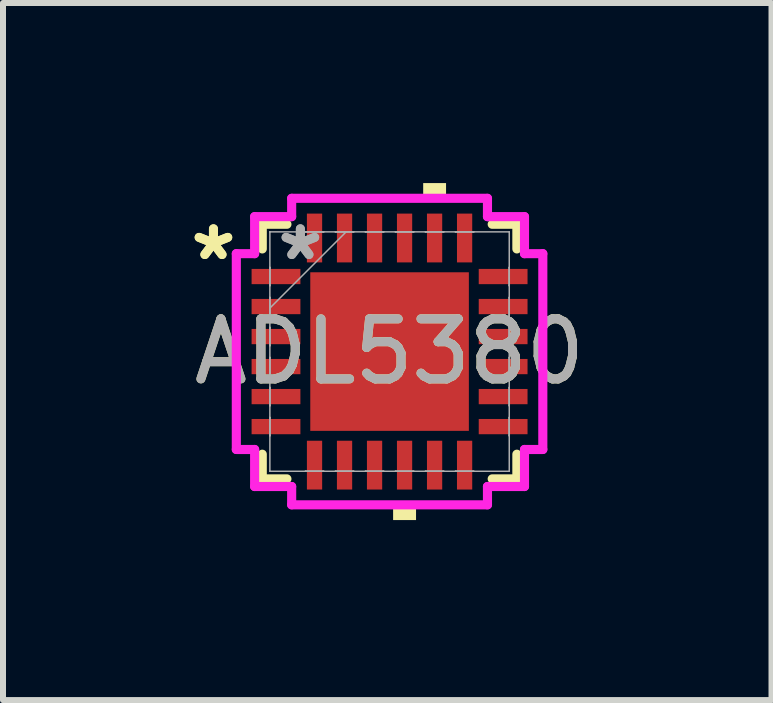
<source format=kicad_pcb>
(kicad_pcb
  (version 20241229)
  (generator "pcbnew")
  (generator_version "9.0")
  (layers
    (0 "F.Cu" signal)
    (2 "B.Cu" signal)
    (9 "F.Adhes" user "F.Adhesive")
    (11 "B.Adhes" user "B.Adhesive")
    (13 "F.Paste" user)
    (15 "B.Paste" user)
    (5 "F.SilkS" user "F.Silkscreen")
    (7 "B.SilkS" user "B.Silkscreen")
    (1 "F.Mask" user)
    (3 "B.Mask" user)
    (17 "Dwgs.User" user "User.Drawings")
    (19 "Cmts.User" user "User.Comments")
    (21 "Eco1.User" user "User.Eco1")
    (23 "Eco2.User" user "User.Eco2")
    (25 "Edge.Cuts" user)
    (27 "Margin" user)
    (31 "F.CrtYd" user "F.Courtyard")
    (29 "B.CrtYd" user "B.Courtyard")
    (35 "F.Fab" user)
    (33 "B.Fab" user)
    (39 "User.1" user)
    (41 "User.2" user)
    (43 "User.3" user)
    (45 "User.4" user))
  (footprint "ADL5380"
    (layer "F.Cu")
    (at 3.44 2.807)
    (property "Reference" "ADL5380" (at 0 0 0) (unlocked yes) (layer "F.SilkS") (effects (font (size 1 1) (thickness 0.15))))
    (attr smd)
    (fp_line (start -2.121 -2.121) (end -2.121 -1.71) (stroke (width 0.152) (type solid)) (layer "F.SilkS"))
    (fp_line (start -2.121 1.71) (end -2.121 2.121) (stroke (width 0.152) (type solid)) (layer "F.SilkS"))
    (fp_line (start -2.121 2.121) (end -1.71 2.121) (stroke (width 0.152) (type solid)) (layer "F.SilkS"))
    (fp_line (start -1.71 -2.121) (end -2.121 -2.121) (stroke (width 0.152) (type solid)) (layer "F.SilkS"))
    (fp_line (start 1.71 2.121) (end 2.121 2.121) (stroke (width 0.152) (type solid)) (layer "F.SilkS"))
    (fp_line (start 2.121 -2.121) (end 1.71 -2.121) (stroke (width 0.152) (type solid)) (layer "F.SilkS"))
    (fp_line (start 2.121 -1.71) (end 2.121 -2.121) (stroke (width 0.152) (type solid)) (layer "F.SilkS"))
    (fp_line (start 2.121 2.121) (end 2.121 1.71) (stroke (width 0.152) (type solid)) (layer "F.SilkS"))
    (fp_poly (pts (xy 0.059 2.553) (xy 0.059 2.807) (xy 0.441 2.807) (xy 0.441 2.553)) (stroke (width 0) (type solid)) (fill yes) (layer "F.SilkS"))
    (fp_poly (pts (xy 0.56 -2.553) (xy 0.56 -2.807) (xy 0.941 -2.807) (xy 0.941 -2.553)) (stroke (width 0) (type solid)) (fill yes) (layer "F.SilkS"))
    (fp_poly (pts (xy -1.221 -1.221) (xy -1.221 -0.1) (xy -0.1 -0.1) (xy -0.1 -1.221)) (stroke (width 0) (type solid)) (fill yes) (layer "F.Paste"))
    (fp_poly (pts (xy -1.221 0.1) (xy -1.221 1.221) (xy -0.1 1.221) (xy -0.1 0.1)) (stroke (width 0) (type solid)) (fill yes) (layer "F.Paste"))
    (fp_poly (pts (xy 0.1 -1.221) (xy 0.1 -0.1) (xy 1.221 -0.1) (xy 1.221 -1.221)) (stroke (width 0) (type solid)) (fill yes) (layer "F.Paste"))
    (fp_poly (pts (xy 0.1 0.1) (xy 0.1 1.221) (xy 1.221 1.221) (xy 1.221 0.1)) (stroke (width 0) (type solid)) (fill yes) (layer "F.Paste"))
    (fp_line (start -2.553 -1.631) (end -2.248 -1.631) (stroke (width 0.152) (type solid)) (layer "F.CrtYd"))
    (fp_line (start -2.553 1.631) (end -2.553 -1.631) (stroke (width 0.152) (type solid)) (layer "F.CrtYd"))
    (fp_line (start -2.248 -2.248) (end -1.631 -2.248) (stroke (width 0.152) (type solid)) (layer "F.CrtYd"))
    (fp_line (start -2.248 -1.631) (end -2.248 -2.248) (stroke (width 0.152) (type solid)) (layer "F.CrtYd"))
    (fp_line (start -2.248 1.631) (end -2.553 1.631) (stroke (width 0.152) (type solid)) (layer "F.CrtYd"))
    (fp_line (start -2.248 2.248) (end -2.248 1.631) (stroke (width 0.152) (type solid)) (layer "F.CrtYd"))
    (fp_line (start -1.631 -2.553) (end 1.631 -2.553) (stroke (width 0.152) (type solid)) (layer "F.CrtYd"))
    (fp_line (start -1.631 -2.248) (end -1.631 -2.553) (stroke (width 0.152) (type solid)) (layer "F.CrtYd"))
    (fp_line (start -1.631 2.248) (end -2.248 2.248) (stroke (width 0.152) (type solid)) (layer "F.CrtYd"))
    (fp_line (start -1.631 2.553) (end -1.631 2.248) (stroke (width 0.152) (type solid)) (layer "F.CrtYd"))
    (fp_line (start 1.631 -2.553) (end 1.631 -2.248) (stroke (width 0.152) (type solid)) (layer "F.CrtYd"))
    (fp_line (start 1.631 -2.248) (end 2.248 -2.248) (stroke (width 0.152) (type solid)) (layer "F.CrtYd"))
    (fp_line (start 1.631 2.248) (end 1.631 2.553) (stroke (width 0.152) (type solid)) (layer "F.CrtYd"))
    (fp_line (start 1.631 2.553) (end -1.631 2.553) (stroke (width 0.152) (type solid)) (layer "F.CrtYd"))
    (fp_line (start 2.248 -2.248) (end 2.248 -1.631) (stroke (width 0.152) (type solid)) (layer "F.CrtYd"))
    (fp_line (start 2.248 -1.631) (end 2.553 -1.631) (stroke (width 0.152) (type solid)) (layer "F.CrtYd"))
    (fp_line (start 2.248 1.631) (end 2.248 2.248) (stroke (width 0.152) (type solid)) (layer "F.CrtYd"))
    (fp_line (start 2.248 2.248) (end 1.631 2.248) (stroke (width 0.152) (type solid)) (layer "F.CrtYd"))
    (fp_line (start 2.553 -1.631) (end 2.553 1.631) (stroke (width 0.152) (type solid)) (layer "F.CrtYd"))
    (fp_line (start 2.553 1.631) (end 2.248 1.631) (stroke (width 0.152) (type solid)) (layer "F.CrtYd"))
    (fp_line (start -1.994 -1.994) (end -1.994 -1.994) (stroke (width 0.025) (type solid)) (layer "F.Fab"))
    (fp_line (start -1.994 -1.994) (end -1.994 1.994) (stroke (width 0.025) (type solid)) (layer "F.Fab"))
    (fp_line (start -1.994 -1.402) (end -1.994 -1.402) (stroke (width 0.025) (type solid)) (layer "F.Fab"))
    (fp_line (start -1.994 -1.402) (end -1.994 -1.098) (stroke (width 0.025) (type solid)) (layer "F.Fab"))
    (fp_line (start -1.994 -1.098) (end -1.994 -1.402) (stroke (width 0.025) (type solid)) (layer "F.Fab"))
    (fp_line (start -1.994 -1.098) (end -1.994 -1.098) (stroke (width 0.025) (type solid)) (layer "F.Fab"))
    (fp_line (start -1.994 -0.902) (end -1.994 -0.902) (stroke (width 0.025) (type solid)) (layer "F.Fab"))
    (fp_line (start -1.994 -0.902) (end -1.994 -0.598) (stroke (width 0.025) (type solid)) (layer "F.Fab"))
    (fp_line (start -1.994 -0.724) (end -0.724 -1.994) (stroke (width 0.025) (type solid)) (layer "F.Fab"))
    (fp_line (start -1.994 -0.598) (end -1.994 -0.902) (stroke (width 0.025) (type solid)) (layer "F.Fab"))
    (fp_line (start -1.994 -0.598) (end -1.994 -0.598) (stroke (width 0.025) (type solid)) (layer "F.Fab"))
    (fp_line (start -1.994 -0.402) (end -1.994 -0.402) (stroke (width 0.025) (type solid)) (layer "F.Fab"))
    (fp_line (start -1.994 -0.402) (end -1.994 -0.098) (stroke (width 0.025) (type solid)) (layer "F.Fab"))
    (fp_line (start -1.994 -0.098) (end -1.994 -0.402) (stroke (width 0.025) (type solid)) (layer "F.Fab"))
    (fp_line (start -1.994 -0.098) (end -1.994 -0.098) (stroke (width 0.025) (type solid)) (layer "F.Fab"))
    (fp_line (start -1.994 0.098) (end -1.994 0.098) (stroke (width 0.025) (type solid)) (layer "F.Fab"))
    (fp_line (start -1.994 0.098) (end -1.994 0.402) (stroke (width 0.025) (type solid)) (layer "F.Fab"))
    (fp_line (start -1.994 0.402) (end -1.994 0.098) (stroke (width 0.025) (type solid)) (layer "F.Fab"))
    (fp_line (start -1.994 0.402) (end -1.994 0.402) (stroke (width 0.025) (type solid)) (layer "F.Fab"))
    (fp_line (start -1.994 0.598) (end -1.994 0.598) (stroke (width 0.025) (type solid)) (layer "F.Fab"))
    (fp_line (start -1.994 0.598) (end -1.994 0.902) (stroke (width 0.025) (type solid)) (layer "F.Fab"))
    (fp_line (start -1.994 0.902) (end -1.994 0.598) (stroke (width 0.025) (type solid)) (layer "F.Fab"))
    (fp_line (start -1.994 0.902) (end -1.994 0.902) (stroke (width 0.025) (type solid)) (layer "F.Fab"))
    (fp_line (start -1.994 1.098) (end -1.994 1.098) (stroke (width 0.025) (type solid)) (layer "F.Fab"))
    (fp_line (start -1.994 1.098) (end -1.994 1.402) (stroke (width 0.025) (type solid)) (layer "F.Fab"))
    (fp_line (start -1.994 1.402) (end -1.994 1.098) (stroke (width 0.025) (type solid)) (layer "F.Fab"))
    (fp_line (start -1.994 1.402) (end -1.994 1.402) (stroke (width 0.025) (type solid)) (layer "F.Fab"))
    (fp_line (start -1.994 1.994) (end -1.994 1.994) (stroke (width 0.025) (type solid)) (layer "F.Fab"))
    (fp_line (start -1.994 1.994) (end 1.994 1.994) (stroke (width 0.025) (type solid)) (layer "F.Fab"))
    (fp_line (start -1.402 -1.994) (end -1.402 -1.994) (stroke (width 0.025) (type solid)) (layer "F.Fab"))
    (fp_line (start -1.402 -1.994) (end -1.098 -1.994) (stroke (width 0.025) (type solid)) (layer "F.Fab"))
    (fp_line (start -1.402 1.994) (end -1.402 1.994) (stroke (width 0.025) (type solid)) (layer "F.Fab"))
    (fp_line (start -1.402 1.994) (end -1.098 1.994) (stroke (width 0.025) (type solid)) (layer "F.Fab"))
    (fp_line (start -1.098 -1.994) (end -1.402 -1.994) (stroke (width 0.025) (type solid)) (layer "F.Fab"))
    (fp_line (start -1.098 -1.994) (end -1.098 -1.994) (stroke (width 0.025) (type solid)) (layer "F.Fab"))
    (fp_line (start -1.098 1.994) (end -1.402 1.994) (stroke (width 0.025) (type solid)) (layer "F.Fab"))
    (fp_line (start -1.098 1.994) (end -1.098 1.994) (stroke (width 0.025) (type solid)) (layer "F.Fab"))
    (fp_line (start -0.902 -1.994) (end -0.902 -1.994) (stroke (width 0.025) (type solid)) (layer "F.Fab"))
    (fp_line (start -0.902 -1.994) (end -0.598 -1.994) (stroke (width 0.025) (type solid)) (layer "F.Fab"))
    (fp_line (start -0.902 1.994) (end -0.902 1.994) (stroke (width 0.025) (type solid)) (layer "F.Fab"))
    (fp_line (start -0.902 1.994) (end -0.598 1.994) (stroke (width 0.025) (type solid)) (layer "F.Fab"))
    (fp_line (start -0.598 -1.994) (end -0.902 -1.994) (stroke (width 0.025) (type solid)) (layer "F.Fab"))
    (fp_line (start -0.598 -1.994) (end -0.598 -1.994) (stroke (width 0.025) (type solid)) (layer "F.Fab"))
    (fp_line (start -0.598 1.994) (end -0.902 1.994) (stroke (width 0.025) (type solid)) (layer "F.Fab"))
    (fp_line (start -0.598 1.994) (end -0.598 1.994) (stroke (width 0.025) (type solid)) (layer "F.Fab"))
    (fp_line (start -0.402 -1.994) (end -0.402 -1.994) (stroke (width 0.025) (type solid)) (layer "F.Fab"))
    (fp_line (start -0.402 -1.994) (end -0.098 -1.994) (stroke (width 0.025) (type solid)) (layer "F.Fab"))
    (fp_line (start -0.402 1.994) (end -0.402 1.994) (stroke (width 0.025) (type solid)) (layer "F.Fab"))
    (fp_line (start -0.402 1.994) (end -0.098 1.994) (stroke (width 0.025) (type solid)) (layer "F.Fab"))
    (fp_line (start -0.098 -1.994) (end -0.402 -1.994) (stroke (width 0.025) (type solid)) (layer "F.Fab"))
    (fp_line (start -0.098 -1.994) (end -0.098 -1.994) (stroke (width 0.025) (type solid)) (layer "F.Fab"))
    (fp_line (start -0.098 1.994) (end -0.402 1.994) (stroke (width 0.025) (type solid)) (layer "F.Fab"))
    (fp_line (start -0.098 1.994) (end -0.098 1.994) (stroke (width 0.025) (type solid)) (layer "F.Fab"))
    (fp_line (start 0.098 -1.994) (end 0.098 -1.994) (stroke (width 0.025) (type solid)) (layer "F.Fab"))
    (fp_line (start 0.098 -1.994) (end 0.402 -1.994) (stroke (width 0.025) (type solid)) (layer "F.Fab"))
    (fp_line (start 0.098 1.994) (end 0.098 1.994) (stroke (width 0.025) (type solid)) (layer "F.Fab"))
    (fp_line (start 0.098 1.994) (end 0.402 1.994) (stroke (width 0.025) (type solid)) (layer "F.Fab"))
    (fp_line (start 0.402 -1.994) (end 0.098 -1.994) (stroke (width 0.025) (type solid)) (layer "F.Fab"))
    (fp_line (start 0.402 -1.994) (end 0.402 -1.994) (stroke (width 0.025) (type solid)) (layer "F.Fab"))
    (fp_line (start 0.402 1.994) (end 0.098 1.994) (stroke (width 0.025) (type solid)) (layer "F.Fab"))
    (fp_line (start 0.402 1.994) (end 0.402 1.994) (stroke (width 0.025) (type solid)) (layer "F.Fab"))
    (fp_line (start 0.598 -1.994) (end 0.598 -1.994) (stroke (width 0.025) (type solid)) (layer "F.Fab"))
    (fp_line (start 0.598 -1.994) (end 0.902 -1.994) (stroke (width 0.025) (type solid)) (layer "F.Fab"))
    (fp_line (start 0.598 1.994) (end 0.598 1.994) (stroke (width 0.025) (type solid)) (layer "F.Fab"))
    (fp_line (start 0.598 1.994) (end 0.902 1.994) (stroke (width 0.025) (type solid)) (layer "F.Fab"))
    (fp_line (start 0.902 -1.994) (end 0.598 -1.994) (stroke (width 0.025) (type solid)) (layer "F.Fab"))
    (fp_line (start 0.902 -1.994) (end 0.902 -1.994) (stroke (width 0.025) (type solid)) (layer "F.Fab"))
    (fp_line (start 0.902 1.994) (end 0.598 1.994) (stroke (width 0.025) (type solid)) (layer "F.Fab"))
    (fp_line (start 0.902 1.994) (end 0.902 1.994) (stroke (width 0.025) (type solid)) (layer "F.Fab"))
    (fp_line (start 1.098 -1.994) (end 1.098 -1.994) (stroke (width 0.025) (type solid)) (layer "F.Fab"))
    (fp_line (start 1.098 -1.994) (end 1.402 -1.994) (stroke (width 0.025) (type solid)) (layer "F.Fab"))
    (fp_line (start 1.098 1.994) (end 1.098 1.994) (stroke (width 0.025) (type solid)) (layer "F.Fab"))
    (fp_line (start 1.098 1.994) (end 1.402 1.994) (stroke (width 0.025) (type solid)) (layer "F.Fab"))
    (fp_line (start 1.402 -1.994) (end 1.098 -1.994) (stroke (width 0.025) (type solid)) (layer "F.Fab"))
    (fp_line (start 1.402 -1.994) (end 1.402 -1.994) (stroke (width 0.025) (type solid)) (layer "F.Fab"))
    (fp_line (start 1.402 1.994) (end 1.098 1.994) (stroke (width 0.025) (type solid)) (layer "F.Fab"))
    (fp_line (start 1.402 1.994) (end 1.402 1.994) (stroke (width 0.025) (type solid)) (layer "F.Fab"))
    (fp_line (start 1.994 -1.994) (end -1.994 -1.994) (stroke (width 0.025) (type solid)) (layer "F.Fab"))
    (fp_line (start 1.994 -1.994) (end 1.994 -1.994) (stroke (width 0.025) (type solid)) (layer "F.Fab"))
    (fp_line (start 1.994 -1.402) (end 1.994 -1.402) (stroke (width 0.025) (type solid)) (layer "F.Fab"))
    (fp_line (start 1.994 -1.402) (end 1.994 -1.098) (stroke (width 0.025) (type solid)) (layer "F.Fab"))
    (fp_line (start 1.994 -1.098) (end 1.994 -1.402) (stroke (width 0.025) (type solid)) (layer "F.Fab"))
    (fp_line (start 1.994 -1.098) (end 1.994 -1.098) (stroke (width 0.025) (type solid)) (layer "F.Fab"))
    (fp_line (start 1.994 -0.902) (end 1.994 -0.902) (stroke (width 0.025) (type solid)) (layer "F.Fab"))
    (fp_line (start 1.994 -0.902) (end 1.994 -0.598) (stroke (width 0.025) (type solid)) (layer "F.Fab"))
    (fp_line (start 1.994 -0.598) (end 1.994 -0.902) (stroke (width 0.025) (type solid)) (layer "F.Fab"))
    (fp_line (start 1.994 -0.598) (end 1.994 -0.598) (stroke (width 0.025) (type solid)) (layer "F.Fab"))
    (fp_line (start 1.994 -0.402) (end 1.994 -0.402) (stroke (width 0.025) (type solid)) (layer "F.Fab"))
    (fp_line (start 1.994 -0.402) (end 1.994 -0.098) (stroke (width 0.025) (type solid)) (layer "F.Fab"))
    (fp_line (start 1.994 -0.098) (end 1.994 -0.402) (stroke (width 0.025) (type solid)) (layer "F.Fab"))
    (fp_line (start 1.994 -0.098) (end 1.994 -0.098) (stroke (width 0.025) (type solid)) (layer "F.Fab"))
    (fp_line (start 1.994 0.098) (end 1.994 0.098) (stroke (width 0.025) (type solid)) (layer "F.Fab"))
    (fp_line (start 1.994 0.098) (end 1.994 0.402) (stroke (width 0.025) (type solid)) (layer "F.Fab"))
    (fp_line (start 1.994 0.402) (end 1.994 0.098) (stroke (width 0.025) (type solid)) (layer "F.Fab"))
    (fp_line (start 1.994 0.402) (end 1.994 0.402) (stroke (width 0.025) (type solid)) (layer "F.Fab"))
    (fp_line (start 1.994 0.598) (end 1.994 0.598) (stroke (width 0.025) (type solid)) (layer "F.Fab"))
    (fp_line (start 1.994 0.598) (end 1.994 0.902) (stroke (width 0.025) (type solid)) (layer "F.Fab"))
    (fp_line (start 1.994 0.902) (end 1.994 0.598) (stroke (width 0.025) (type solid)) (layer "F.Fab"))
    (fp_line (start 1.994 0.902) (end 1.994 0.902) (stroke (width 0.025) (type solid)) (layer "F.Fab"))
    (fp_line (start 1.994 1.098) (end 1.994 1.098) (stroke (width 0.025) (type solid)) (layer "F.Fab"))
    (fp_line (start 1.994 1.098) (end 1.994 1.402) (stroke (width 0.025) (type solid)) (layer "F.Fab"))
    (fp_line (start 1.994 1.402) (end 1.994 1.098) (stroke (width 0.025) (type solid)) (layer "F.Fab"))
    (fp_line (start 1.994 1.402) (end 1.994 1.402) (stroke (width 0.025) (type solid)) (layer "F.Fab"))
    (fp_line (start 1.994 1.994) (end 1.994 -1.994) (stroke (width 0.025) (type solid)) (layer "F.Fab"))
    (fp_line (start 1.994 1.994) (end 1.994 1.994) (stroke (width 0.025) (type solid)) (layer "F.Fab"))
    (fp_text user "*" (at -2.934 -1.5 0) (unlocked yes) (layer "F.SilkS") (effects (font (size 1 1) (thickness 0.15))))
    (fp_text user "*" (at -2.934 -1.5 0) (layer "F.SilkS") (effects (font (size 1 1) (thickness 0.15))))
    (fp_text user "*" (at -1.486 -1.5 0) (unlocked yes) (layer "F.Fab") (effects (font (size 1 1) (thickness 0.15))))
    (fp_text user "${REFERENCE}" (at 0 0 0) (unlocked yes) (layer "F.Fab") (effects (font (size 1 1) (thickness 0.15))))
    (fp_text user "*" (at -1.486 -1.5 0) (layer "F.Fab") (effects (font (size 1 1) (thickness 0.15))))
    (pad "1" smd rect (at -1.892 -1.25 90) (size 0.254 0.813) (layers "F.Cu" "F.Mask" "F.Paste"))
    (pad "2" smd rect (at -1.892 -0.75 90) (size 0.254 0.813) (layers "F.Cu" "F.Mask" "F.Paste"))
    (pad "3" smd rect (at -1.892 -0.25 90) (size 0.254 0.813) (layers "F.Cu" "F.Mask" "F.Paste"))
    (pad "4" smd rect (at -1.892 0.25 90) (size 0.254 0.813) (layers "F.Cu" "F.Mask" "F.Paste"))
    (pad "5" smd rect (at -1.892 0.75 90) (size 0.254 0.813) (layers "F.Cu" "F.Mask" "F.Paste"))
    (pad "6" smd rect (at -1.892 1.25 90) (size 0.254 0.813) (layers "F.Cu" "F.Mask" "F.Paste"))
    (pad "7" smd rect (at -1.25 1.892) (size 0.254 0.813) (layers "F.Cu" "F.Mask" "F.Paste"))
    (pad "8" smd rect (at -0.75 1.892) (size 0.254 0.813) (layers "F.Cu" "F.Mask" "F.Paste"))
    (pad "9" smd rect (at -0.25 1.892) (size 0.254 0.813) (layers "F.Cu" "F.Mask" "F.Paste"))
    (pad "10" smd rect (at 0.25 1.892) (size 0.254 0.813) (layers "F.Cu" "F.Mask" "F.Paste"))
    (pad "11" smd rect (at 0.75 1.892) (size 0.254 0.813) (layers "F.Cu" "F.Mask" "F.Paste"))
    (pad "12" smd rect (at 1.25 1.892) (size 0.254 0.813) (layers "F.Cu" "F.Mask" "F.Paste"))
    (pad "13" smd rect (at 1.892 1.25 90) (size 0.254 0.813) (layers "F.Cu" "F.Mask" "F.Paste"))
    (pad "14" smd rect (at 1.892 0.75 90) (size 0.254 0.813) (layers "F.Cu" "F.Mask" "F.Paste"))
    (pad "15" smd rect (at 1.892 0.25 90) (size 0.254 0.813) (layers "F.Cu" "F.Mask" "F.Paste"))
    (pad "16" smd rect (at 1.892 -0.25 90) (size 0.254 0.813) (layers "F.Cu" "F.Mask" "F.Paste"))
    (pad "17" smd rect (at 1.892 -0.75 90) (size 0.254 0.813) (layers "F.Cu" "F.Mask" "F.Paste"))
    (pad "18" smd rect (at 1.892 -1.25 90) (size 0.254 0.813) (layers "F.Cu" "F.Mask" "F.Paste"))
    (pad "19" smd rect (at 1.25 -1.892) (size 0.254 0.813) (layers "F.Cu" "F.Mask" "F.Paste"))
    (pad "20" smd rect (at 0.75 -1.892) (size 0.254 0.813) (layers "F.Cu" "F.Mask" "F.Paste"))
    (pad "21" smd rect (at 0.25 -1.892) (size 0.254 0.813) (layers "F.Cu" "F.Mask" "F.Paste"))
    (pad "22" smd rect (at -0.25 -1.892) (size 0.254 0.813) (layers "F.Cu" "F.Mask" "F.Paste"))
    (pad "23" smd rect (at -0.75 -1.892) (size 0.254 0.813) (layers "F.Cu" "F.Mask" "F.Paste"))
    (pad "24" smd rect (at -1.25 -1.892) (size 0.254 0.813) (layers "F.Cu" "F.Mask" "F.Paste"))
    (pad "25" smd rect (at 0 0) (size 2.642 2.642) (layers "F.Cu" "F.Mask" "F.Paste")))
  (gr_rect
    (start -3 -3)
    (end 9.803 8.613)
    (stroke (width 0.1) (type default))
    (fill no)
    (layer "Edge.Cuts")))
</source>
